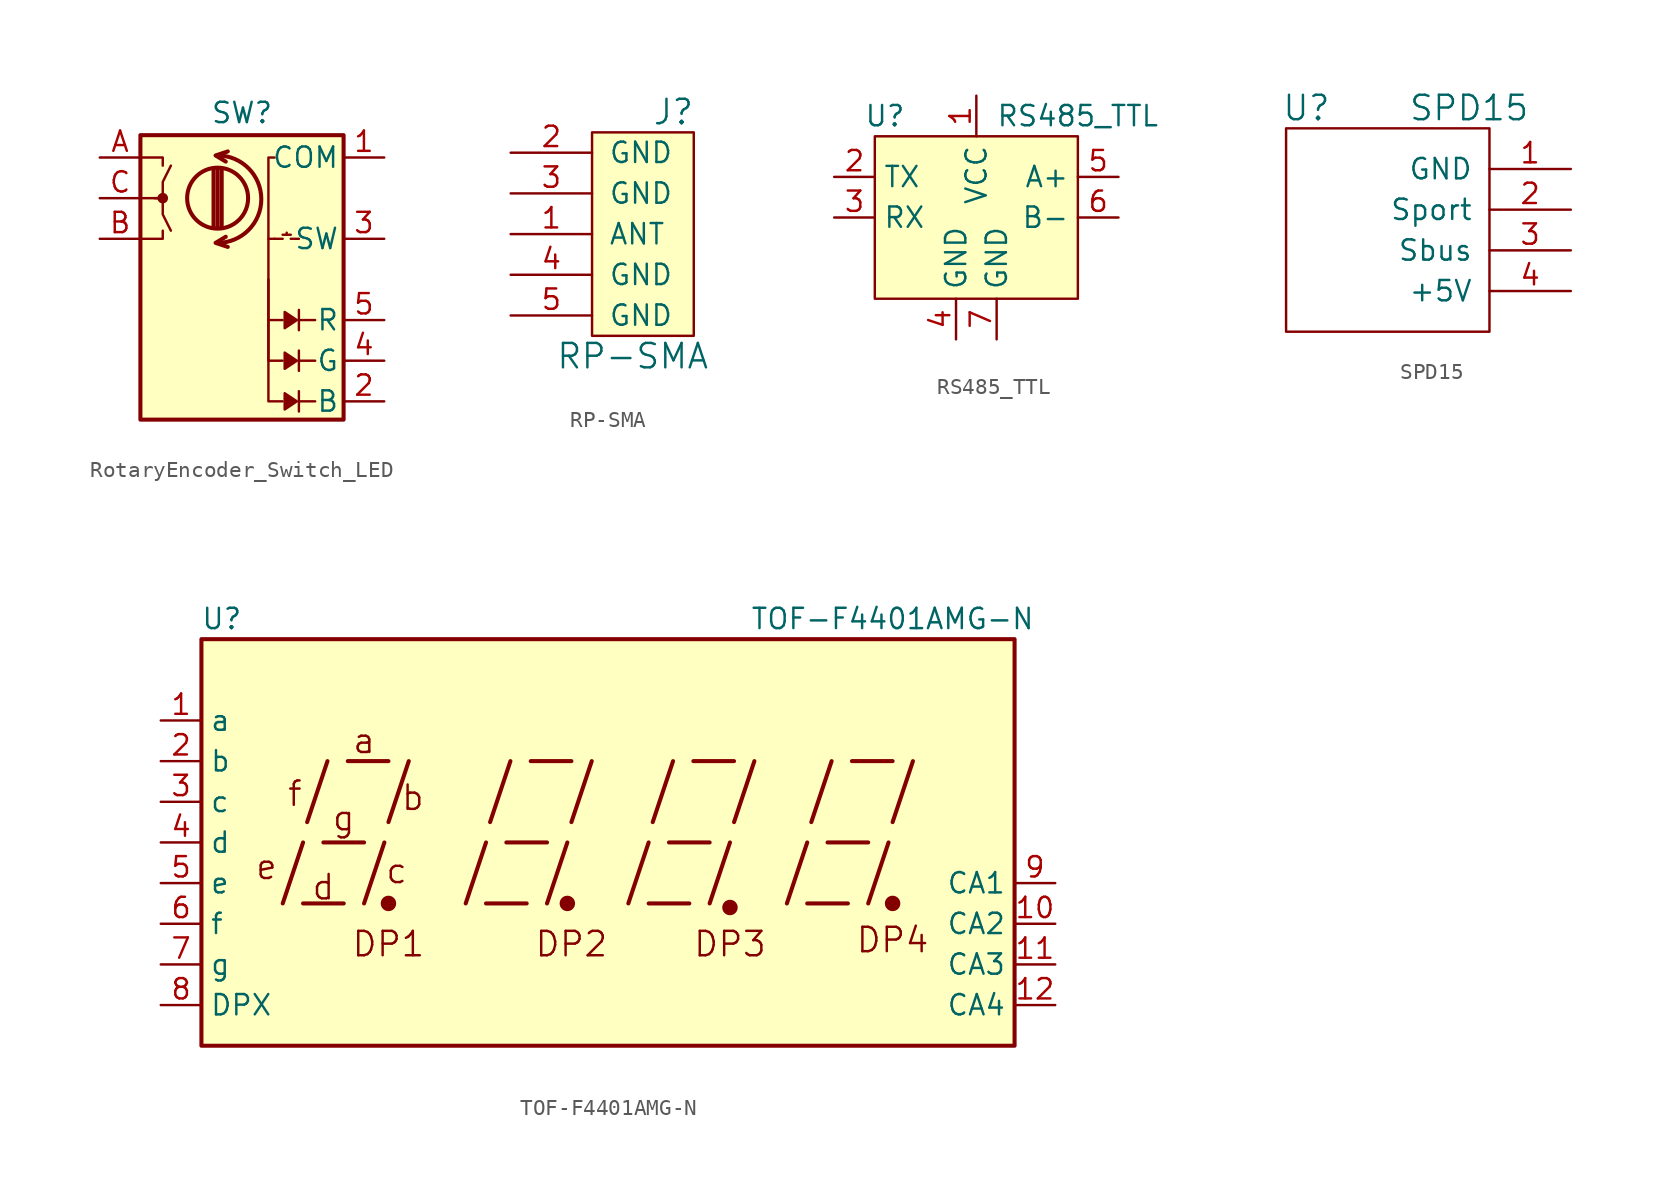
<source format=kicad_sym>
(kicad_symbol_lib
  (version 20211014)
  (generator kicad_symbol_editor)
  (symbol "RotaryEncoder_Switch_LED"
    (pin_names
      (offset 0.254))
    (property "Reference" "SW"
      (at -6.35 2.794 0)
      (effects (font (size 1.27 1.27))))
    (symbol "RotaryEncoder_Switch_LED_0_1"
      (rectangle (start -12.7 1.397) (end 0 -16.383) (stroke (width 0.254) (type default) (color 0 0 0 0)) (fill (type background)))
      (circle (center -11.303 -2.54) (radius 0.254) (stroke (width 0) (type default) (color 0 0 0 0)) (fill (type outline)))
      (arc (start -7.874 -5.334) (mid -5.1308 -2.6035) (end -7.874 0.127) (stroke (width 0.254) (type default) (color 0 0 0 0)) (fill (type none)))
      (circle (center -7.874 -2.54) (radius 1.905) (stroke (width 0.254) (type default) (color 0 0 0 0)) (fill (type none)))
      (polyline (pts (xy -8.128 -4.318) (xy -8.128 -0.762)) (stroke (width 0.254) (type default) (color 0 0 0 0)) (fill (type none)))
      (polyline (pts (xy -7.874 -4.318) (xy -7.874 -0.762)) (stroke (width 0.254) (type default) (color 0 0 0 0)) (fill (type none)))
      (polyline (pts (xy -7.62 -0.762) (xy -7.62 -4.318)) (stroke (width 0.254) (type default) (color 0 0 0 0)) (fill (type none)))
      (polyline (pts (xy -3.81 -5.08) (xy -4.318 -5.08)) (stroke (width 0.152) (type default) (color 0 0 0 0)) (fill (type none)))
      (polyline (pts (xy -3.556 -4.826) (xy -3.556 -4.699)) (stroke (width 0.152) (type default) (color 0 0 0 0)) (fill (type none)))
      (polyline (pts (xy -3.302 -4.826) (xy -3.81 -4.826)) (stroke (width 0.152) (type default) (color 0 0 0 0)) (fill (type none)))
      (polyline (pts (xy -2.794 -15.24) (xy -1.778 -15.24)) (stroke (width 0.152) (type default) (color 0 0 0 0)) (fill (type none)))
      (polyline (pts (xy -2.794 -14.605) (xy -2.794 -15.875)) (stroke (width 0.152) (type default) (color 0 0 0 0)) (fill (type none)))
      (polyline (pts (xy -2.794 -12.7) (xy -1.778 -12.7)) (stroke (width 0.152) (type default) (color 0 0 0 0)) (fill (type none)))
      (polyline (pts (xy -2.794 -12.065) (xy -2.794 -13.335)) (stroke (width 0.152) (type default) (color 0 0 0 0)) (fill (type none)))
      (polyline (pts (xy -2.794 -10.16) (xy -1.778 -10.16)) (stroke (width 0.152) (type default) (color 0 0 0 0)) (fill (type none)))
      (polyline (pts (xy -2.794 -9.525) (xy -2.794 -10.795)) (stroke (width 0.152) (type default) (color 0 0 0 0)) (fill (type none)))
      (polyline (pts (xy -2.794 -5.08) (xy -3.302 -5.08)) (stroke (width 0.152) (type default) (color 0 0 0 0)) (fill (type none)))
      (polyline (pts (xy -12.573 -5.08) (xy -11.303 -5.08) (xy -11.303 -4.572)) (stroke (width 0) (type default) (color 0 0 0 0)) (fill (type none)))
      (polyline (pts (xy -12.573 0) (xy -11.303 0) (xy -11.303 -0.508)) (stroke (width 0) (type default) (color 0 0 0 0)) (fill (type none)))
      (polyline (pts (xy -7.239 -5.588) (xy -8.001 -5.334) (xy -7.366 -4.953)) (stroke (width 0.254) (type default) (color 0 0 0 0)) (fill (type none)))
      (polyline (pts (xy -7.239 0.381) (xy -8.001 0.127) (xy -7.366 -0.254)) (stroke (width 0.254) (type default) (color 0 0 0 0)) (fill (type none)))
      (polyline (pts (xy -4.699 -10.16) (xy -4.699 -15.24) (xy -3.81 -15.24)) (stroke (width 0.152) (type default) (color 0 0 0 0)) (fill (type none)))
      (polyline (pts (xy -4.699 -7.62) (xy -4.699 -12.7) (xy -3.81 -12.7)) (stroke (width 0.152) (type default) (color 0 0 0 0)) (fill (type none)))
      (polyline (pts (xy -4.699 -5.08) (xy -4.699 -10.16) (xy -3.81 -10.16)) (stroke (width 0.152) (type default) (color 0 0 0 0)) (fill (type none)))
      (polyline (pts (xy -12.573 -2.54) (xy -11.303 -2.54) (xy -11.303 -3.556) (xy -10.795 -4.572)) (stroke (width 0) (type default) (color 0 0 0 0)) (fill (type none)))
      (polyline (pts (xy -11.811 -2.54) (xy -11.303 -2.54) (xy -11.303 -1.524) (xy -10.795 -0.508)) (stroke (width 0) (type default) (color 0 0 0 0)) (fill (type none)))
      (polyline (pts (xy -4.318 -5.08) (xy -4.699 -5.08) (xy -4.699 0) (xy -4.318 0)) (stroke (width 0.152) (type default) (color 0 0 0 0)) (fill (type none)))
      (polyline (pts (xy -2.921 -15.24) (xy -3.683 -14.732) (xy -3.683 -15.748) (xy -2.921 -15.24)) (stroke (width 0.152) (type default) (color 0 0 0 0)) (fill (type outline)))
      (polyline (pts (xy -2.921 -12.7) (xy -3.683 -12.192) (xy -3.683 -13.208) (xy -2.921 -12.7)) (stroke (width 0.152) (type default) (color 0 0 0 0)) (fill (type outline)))
      (polyline (pts (xy -2.921 -10.16) (xy -3.683 -9.652) (xy -3.683 -10.668) (xy -2.921 -10.16)) (stroke (width 0.152) (type default) (color 0 0 0 0)) (fill (type outline))))
    (symbol "RotaryEncoder_Switch_LED_1_1"
      (pin passive line (at 2.54 0 180) (length 2.54) (name "COM" (effects (font (size 1.27 1.27)))) (number "1" (effects (font (size 1.27 1.27)))))
      (pin passive line (at 2.54 -15.24 180) (length 2.54) (name "B" (effects (font (size 1.27 1.27)))) (number "2" (effects (font (size 1.27 1.27)))))
      (pin passive line (at 2.54 -5.08 180) (length 2.54) (name "SW" (effects (font (size 1.27 1.27)))) (number "3" (effects (font (size 1.27 1.27)))))
      (pin passive line (at 2.54 -12.7 180) (length 2.54) (name "G" (effects (font (size 1.27 1.27)))) (number "4" (effects (font (size 1.27 1.27)))))
      (pin passive line (at 2.54 -10.16 180) (length 2.54) (name "R" (effects (font (size 1.27 1.27)))) (number "5" (effects (font (size 1.27 1.27)))))
      (pin passive line (at -15.24 0 0) (length 2.54) (name "" (effects (font (size 1.27 1.27)))) (number "A" (effects (font (size 1.27 1.27)))))
      (pin passive line (at -15.24 -5.08 0) (length 2.54) (name "" (effects (font (size 1.27 1.27)))) (number "B" (effects (font (size 1.27 1.27)))))
      (pin passive line (at -15.24 -2.54 0) (length 2.54) (name "" (effects (font (size 1.27 1.27)))) (number "C" (effects (font (size 1.27 1.27)))))))
  (symbol "RP-SMA"
    (pin_names
      (offset 1.016))
    (property "Reference" "J"
      (at -1.27 7.62 0)
      (effects (font (size 1.524 1.524))))
    (property "Value" "RP-SMA"
      (at -3.81 -7.62 0)
      (effects (font (size 1.524 1.524))))
    (symbol "RP-SMA_0_1"
      (rectangle (start -6.35 6.35) (end 0 -6.35) (stroke (width 0) (type default) (color 0 0 0 0)) (fill (type background))))
    (symbol "RP-SMA_1_1"
      (pin input line (at -11.43 0 0) (length 5.08) (name "ANT" (effects (font (size 1.27 1.27)))) (number "1" (effects (font (size 1.27 1.27)))))
      (pin power_in line (at -11.43 5.08 0) (length 5.08) (name "GND" (effects (font (size 1.27 1.27)))) (number "2" (effects (font (size 1.27 1.27)))))
      (pin power_in line (at -11.43 2.54 0) (length 5.08) (name "GND" (effects (font (size 1.27 1.27)))) (number "3" (effects (font (size 1.27 1.27)))))
      (pin power_in line (at -11.43 -2.54 0) (length 5.08) (name "GND" (effects (font (size 1.27 1.27)))) (number "4" (effects (font (size 1.27 1.27)))))
      (pin power_in line (at -11.43 -5.08 0) (length 5.08) (name "GND" (effects (font (size 1.27 1.27)))) (number "5" (effects (font (size 1.27 1.27)))))))
  (symbol "RS485_TTL"
    (property "Reference" "U"
      (at -5.715 6.35 0)
      (effects (font (size 1.27 1.27))))
    (property "Value" "RS485_TTL"
      (at 6.35 6.35 0)
      (effects (font (size 1.27 1.27))))
    (symbol "RS485_TTL_0_1"
      (rectangle (start -6.35 5.08) (end 6.35 -5.08) (stroke (width 0.152) (type default) (color 0 0 0 0)) (fill (type background))))
    (symbol "RS485_TTL_1_1"
      (pin power_in line (at 0 7.62 270) (length 2.54) (name "VCC" (effects (font (size 1.27 1.27)))) (number "1" (effects (font (size 1.27 1.27)))))
      (pin output line (at -8.89 2.54 0) (length 2.54) (name "TX" (effects (font (size 1.27 1.27)))) (number "2" (effects (font (size 1.27 1.27)))))
      (pin input line (at -8.89 0 0) (length 2.54) (name "RX" (effects (font (size 1.27 1.27)))) (number "3" (effects (font (size 1.27 1.27)))))
      (pin power_in line (at -1.27 -7.62 90) (length 2.54) (name "GND" (effects (font (size 1.27 1.27)))) (number "4" (effects (font (size 1.27 1.27)))))
      (pin input line (at 8.89 2.54 180) (length 2.54) (name "A+" (effects (font (size 1.27 1.27)))) (number "5" (effects (font (size 1.27 1.27)))))
      (pin input line (at 8.89 0 180) (length 2.54) (name "B-" (effects (font (size 1.27 1.27)))) (number "6" (effects (font (size 1.27 1.27)))))
      (pin power_in line (at 1.27 -7.62 90) (length 2.54) (name "GND" (effects (font (size 1.27 1.27)))) (number "7" (effects (font (size 1.27 1.27)))))))
  (symbol "SPD15"
    (pin_names
      (offset 1.016))
    (property "Reference" "U"
      (at 7.62 21.59 0)
      (effects (font (size 1.524 1.524))))
    (property "Value" "SPD15"
      (at 17.78 21.59 0)
      (effects (font (size 1.524 1.524))))
    (symbol "SPD15_0_1"
      (rectangle (start 6.35 20.32) (end 19.05 7.62) (stroke (width 0) (type default) (color 0 0 0 0)) (fill (type none))))
    (symbol "SPD15_1_1"
      (pin input line (at 24.13 17.78 180) (length 5.08) (name "GND" (effects (font (size 1.27 1.27)))) (number "1" (effects (font (size 1.27 1.27)))))
      (pin input line (at 24.13 15.24 180) (length 5.08) (name "Sport" (effects (font (size 1.27 1.27)))) (number "2" (effects (font (size 1.27 1.27)))))
      (pin output line (at 24.13 12.7 180) (length 5.08) (name "Sbus" (effects (font (size 1.27 1.27)))) (number "3" (effects (font (size 1.27 1.27)))))
      (pin power_in line (at 24.13 10.16 180) (length 5.08) (name "+5V" (effects (font (size 1.27 1.27)))) (number "4" (effects (font (size 1.27 1.27)))))))
  (symbol "TOF-F4401AMG-N"
    (property "Reference" "U"
      (at -24.13 13.97 0)
      (effects (font (size 1.27 1.27))))
    (property "Value" "TOF-F4401AMG-N"
      (at 17.78 13.97 0)
      (effects (font (size 1.27 1.27))))
    (symbol "TOF-F4401AMG-N_0_0"
      (rectangle (start -25.4 12.7) (end 25.4 -12.7) (stroke (width 0.254) (type default) (color 0 0 0 0)) (fill (type background)))
      (polyline (pts (xy -20.32 -3.81) (xy -19.05 0)) (stroke (width 0.254) (type default) (color 0 0 0 0)) (fill (type none)))
      (polyline (pts (xy -19.05 -3.81) (xy -16.51 -3.81)) (stroke (width 0.254) (type default) (color 0 0 0 0)) (fill (type none)))
      (polyline (pts (xy -18.796 1.27) (xy -17.526 5.08)) (stroke (width 0.254) (type default) (color 0 0 0 0)) (fill (type none)))
      (polyline (pts (xy -17.78 0) (xy -15.24 0)) (stroke (width 0.254) (type default) (color 0 0 0 0)) (fill (type none)))
      (polyline (pts (xy -16.256 5.08) (xy -13.716 5.08)) (stroke (width 0.254) (type default) (color 0 0 0 0)) (fill (type none)))
      (polyline (pts (xy -15.24 -3.81) (xy -13.97 0)) (stroke (width 0.254) (type default) (color 0 0 0 0)) (fill (type none)))
      (polyline (pts (xy -13.716 1.27) (xy -12.446 5.08)) (stroke (width 0.254) (type default) (color 0 0 0 0)) (fill (type none)))
      (polyline (pts (xy -8.89 -3.81) (xy -7.62 0)) (stroke (width 0.254) (type default) (color 0 0 0 0)) (fill (type none)))
      (polyline (pts (xy -7.62 -3.81) (xy -5.08 -3.81)) (stroke (width 0.254) (type default) (color 0 0 0 0)) (fill (type none)))
      (polyline (pts (xy -7.366 1.27) (xy -6.096 5.08)) (stroke (width 0.254) (type default) (color 0 0 0 0)) (fill (type none)))
      (polyline (pts (xy -6.35 0) (xy -3.81 0)) (stroke (width 0.254) (type default) (color 0 0 0 0)) (fill (type none)))
      (polyline (pts (xy -4.826 5.08) (xy -2.286 5.08)) (stroke (width 0.254) (type default) (color 0 0 0 0)) (fill (type none)))
      (polyline (pts (xy -3.81 -3.81) (xy -2.54 0)) (stroke (width 0.254) (type default) (color 0 0 0 0)) (fill (type none)))
      (polyline (pts (xy -2.286 1.27) (xy -1.016 5.08)) (stroke (width 0.254) (type default) (color 0 0 0 0)) (fill (type none)))
      (polyline (pts (xy 1.27 -3.81) (xy 2.54 0)) (stroke (width 0.254) (type default) (color 0 0 0 0)) (fill (type none)))
      (polyline (pts (xy 2.54 -3.81) (xy 5.08 -3.81)) (stroke (width 0.254) (type default) (color 0 0 0 0)) (fill (type none)))
      (polyline (pts (xy 2.794 1.27) (xy 4.064 5.08)) (stroke (width 0.254) (type default) (color 0 0 0 0)) (fill (type none)))
      (polyline (pts (xy 3.81 0) (xy 6.35 0)) (stroke (width 0.254) (type default) (color 0 0 0 0)) (fill (type none)))
      (polyline (pts (xy 5.334 5.08) (xy 7.874 5.08)) (stroke (width 0.254) (type default) (color 0 0 0 0)) (fill (type none)))
      (polyline (pts (xy 6.35 -3.81) (xy 7.62 0)) (stroke (width 0.254) (type default) (color 0 0 0 0)) (fill (type none)))
      (polyline (pts (xy 7.874 1.27) (xy 9.144 5.08)) (stroke (width 0.254) (type default) (color 0 0 0 0)) (fill (type none)))
      (polyline (pts (xy 11.176 -3.81) (xy 12.446 0)) (stroke (width 0.254) (type default) (color 0 0 0 0)) (fill (type none)))
      (polyline (pts (xy 12.446 -3.81) (xy 14.986 -3.81)) (stroke (width 0.254) (type default) (color 0 0 0 0)) (fill (type none)))
      (polyline (pts (xy 12.7 1.27) (xy 13.97 5.08)) (stroke (width 0.254) (type default) (color 0 0 0 0)) (fill (type none)))
      (polyline (pts (xy 13.716 0) (xy 16.256 0)) (stroke (width 0.254) (type default) (color 0 0 0 0)) (fill (type none)))
      (polyline (pts (xy 15.24 5.08) (xy 17.78 5.08)) (stroke (width 0.254) (type default) (color 0 0 0 0)) (fill (type none)))
      (polyline (pts (xy 16.256 -3.81) (xy 17.526 0)) (stroke (width 0.254) (type default) (color 0 0 0 0)) (fill (type none)))
      (polyline (pts (xy 17.78 1.27) (xy 19.05 5.08)) (stroke (width 0.254) (type default) (color 0 0 0 0)) (fill (type none)))
      (text "a" (at -15.24 6.35 0) (effects (font (size 1.524 1.524))))
      (text "b" (at -12.192 2.794 0) (effects (font (size 1.524 1.524))))
      (text "c" (at -13.208 -1.778 0) (effects (font (size 1.524 1.524))))
      (text "d" (at -17.78 -2.794 0) (effects (font (size 1.524 1.524))))
      (text "DP1" (at -13.716 -6.35 0) (effects (font (size 1.524 1.524))))
      (text "DP2" (at -2.286 -6.35 0) (effects (font (size 1.524 1.524))))
      (text "DP3" (at 7.62 -6.35 0) (effects (font (size 1.524 1.524))))
      (text "DP4" (at 17.78 -6.096 0) (effects (font (size 1.524 1.524))))
      (text "e" (at -21.336 -1.524 0) (effects (font (size 1.524 1.524))))
      (text "f" (at -19.558 3.048 0) (effects (font (size 1.524 1.524))))
      (text "g" (at -16.51 1.524 0) (effects (font (size 1.524 1.524)))))
    (symbol "TOF-F4401AMG-N_0_1"
      (circle (center -13.716 -3.81) (radius 0.356) (stroke (width 0.254) (type default) (color 0 0 0 0)) (fill (type outline)))
      (circle (center -2.54 -3.81) (radius 0.356) (stroke (width 0.254) (type default) (color 0 0 0 0)) (fill (type outline))))
    (symbol "TOF-F4401AMG-N_1_0"
      (circle (center 7.62 -4.064) (radius 0.356) (stroke (width 0.254) (type default) (color 0 0 0 0)) (fill (type outline)))
      (circle (center 17.78 -3.81) (radius 0.356) (stroke (width 0.254) (type default) (color 0 0 0 0)) (fill (type outline))))
    (symbol "TOF-F4401AMG-N_1_1"
      (pin input line (at -27.94 7.62 0) (length 2.54) (name "a" (effects (font (size 1.27 1.27)))) (number "1" (effects (font (size 1.27 1.27)))))
      (pin input line (at 27.94 -5.08 180) (length 2.54) (name "CA2" (effects (font (size 1.27 1.27)))) (number "10" (effects (font (size 1.27 1.27)))))
      (pin input line (at 27.94 -7.62 180) (length 2.54) (name "CA3" (effects (font (size 1.27 1.27)))) (number "11" (effects (font (size 1.27 1.27)))))
      (pin input line (at 27.94 -10.16 180) (length 2.54) (name "CA4" (effects (font (size 1.27 1.27)))) (number "12" (effects (font (size 1.27 1.27)))))
      (pin input line (at -27.94 5.08 0) (length 2.54) (name "b" (effects (font (size 1.27 1.27)))) (number "2" (effects (font (size 1.27 1.27)))))
      (pin input line (at -27.94 2.54 0) (length 2.54) (name "c" (effects (font (size 1.27 1.27)))) (number "3" (effects (font (size 1.27 1.27)))))
      (pin input line (at -27.94 0 0) (length 2.54) (name "d" (effects (font (size 1.27 1.27)))) (number "4" (effects (font (size 1.27 1.27)))))
      (pin input line (at -27.94 -2.54 0) (length 2.54) (name "e" (effects (font (size 1.27 1.27)))) (number "5" (effects (font (size 1.27 1.27)))))
      (pin input line (at -27.94 -5.08 0) (length 2.54) (name "f" (effects (font (size 1.27 1.27)))) (number "6" (effects (font (size 1.27 1.27)))))
      (pin input line (at -27.94 -7.62 0) (length 2.54) (name "g" (effects (font (size 1.27 1.27)))) (number "7" (effects (font (size 1.27 1.27)))))
      (pin input line (at -27.94 -10.16 0) (length 2.54) (name "DPX" (effects (font (size 1.27 1.27)))) (number "8" (effects (font (size 1.27 1.27)))))
      (pin input line (at 27.94 -2.54 180) (length 2.54) (name "CA1" (effects (font (size 1.27 1.27)))) (number "9" (effects (font (size 1.27 1.27))))))))
</source>
